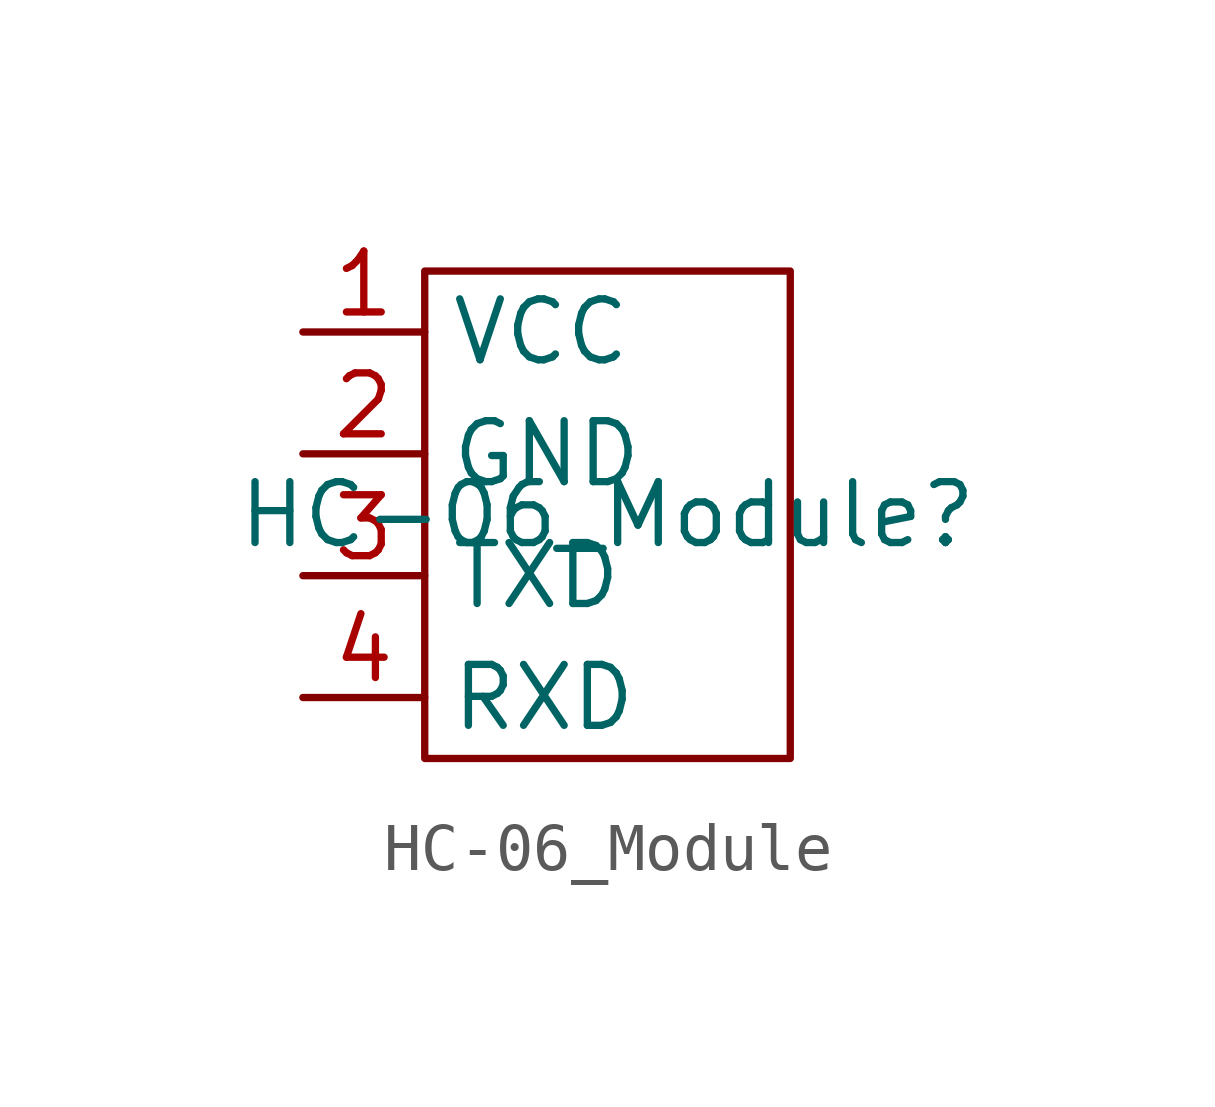
<source format=kicad_sym>
(kicad_symbol_lib
  (version 20231120)
  (generator "kicad_symbol_editor")
  (generator_version "8.0")
  (symbol "HC-06_Module"
    (property "Reference" "HC-06_Module"
      (at 0 0 0)
      (effects (font (size 1.27 1.27))))
    (property "Value" ""
      (at 0 0 0)
      (effects (font (size 1.27 1.27))))
    (symbol "HC-06_Module_0_1"
      (rectangle (start -3.81 5.08) (end 3.81 -5.08) (stroke (width 0) (type default)) (fill (type none))))
    (symbol "HC-06_Module_1_1"
      (pin input line (at -6.35 3.81 0) (length 2.54) (name "VCC" (effects (font (size 1.27 1.27)))) (number "1" (effects (font (size 1.27 1.27)))))
      (pin input line (at -6.35 1.27 0) (length 2.54) (name "GND" (effects (font (size 1.27 1.27)))) (number "2" (effects (font (size 1.27 1.27)))))
      (pin output line (at -6.35 -1.27 0) (length 2.54) (name "TXD" (effects (font (size 1.27 1.27)))) (number "3" (effects (font (size 1.27 1.27)))))
      (pin input line (at -6.35 -3.81 0) (length 2.54) (name "RXD" (effects (font (size 1.27 1.27)))) (number "4" (effects (font (size 1.27 1.27))))))))
</source>
